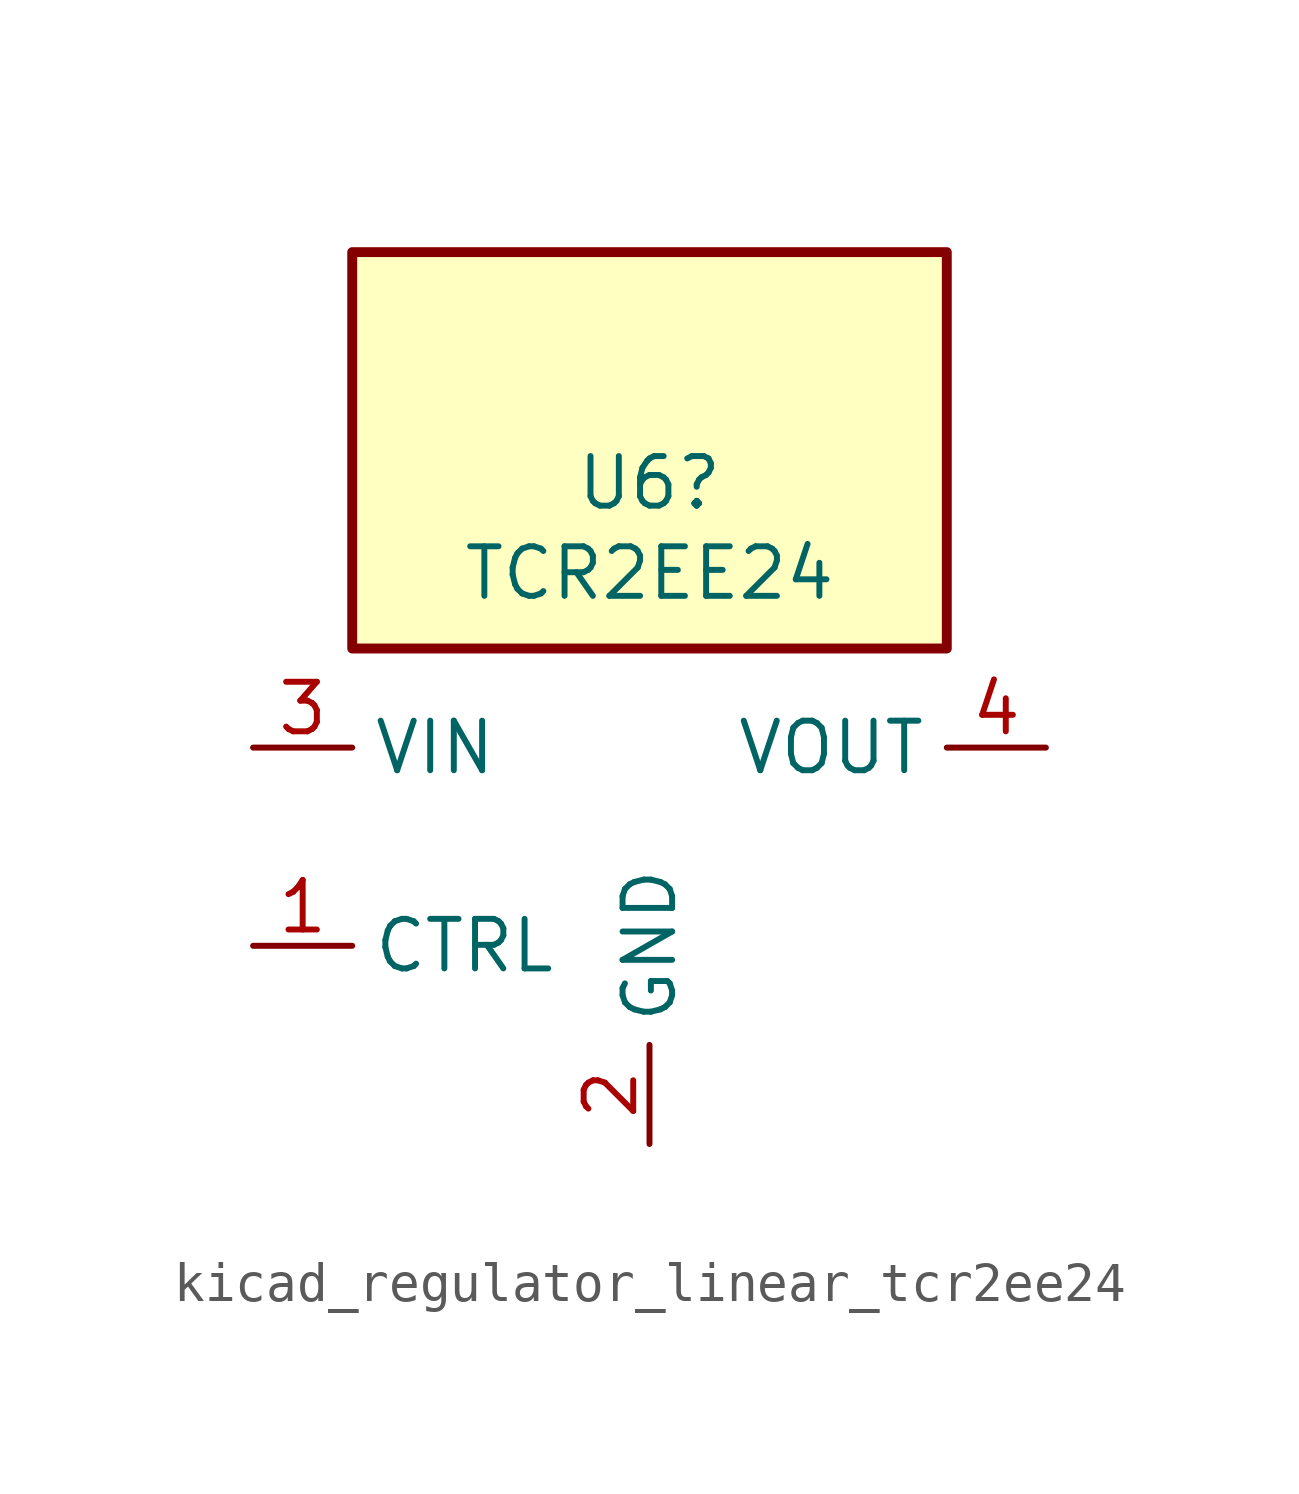
<source format=kicad_sym>
(kicad_symbol_lib
  (version 20220914)
  (generator kicad_symbol_editor)
  (symbol "kicad_regulator_linear_tcr2ee24"
    (property "Reference" "U6"
      (at 0 9.322 0)
      (effects (font (size 1.27 1.27))))
    (property "Value" "TCR2EE24"
      (at 0 7.01 0)
      (effects (font (size 1.27 1.27))))
    (symbol "kicad_regulator_linear_tcr2ee24_0_1"
      (rectangle (start 7.62 15.24) (end -7.62 5.08) (stroke (width 0.254) (type default)) (fill (type background))))
    (symbol "kicad_regulator_linear_tcr2ee24_1_1"
      (pin input line (at -10.16 -2.54 0) (length 2.54) (name "CTRL" (effects (font (size 1.27 1.27)))) (number "1" (effects (font (size 1.27 1.27)))))
      (pin power_in line (at 0 -7.62 90) (length 2.54) (name "GND" (effects (font (size 1.27 1.27)))) (number "2" (effects (font (size 1.27 1.27)))))
      (pin power_in line (at -10.16 2.54 0) (length 2.54) (name "VIN" (effects (font (size 1.27 1.27)))) (number "3" (effects (font (size 1.27 1.27)))))
      (pin power_out line (at 10.16 2.54 180) (length 2.54) (name "VOUT" (effects (font (size 1.27 1.27)))) (number "4" (effects (font (size 1.27 1.27)))))
      (pin no_connect line (at 7.62 -2.54 180) (length 2.54) hide (name "NC" (effects (font (size 1.27 1.27)))) (number "5" (effects (font (size 1.27 1.27))))))))
</source>
